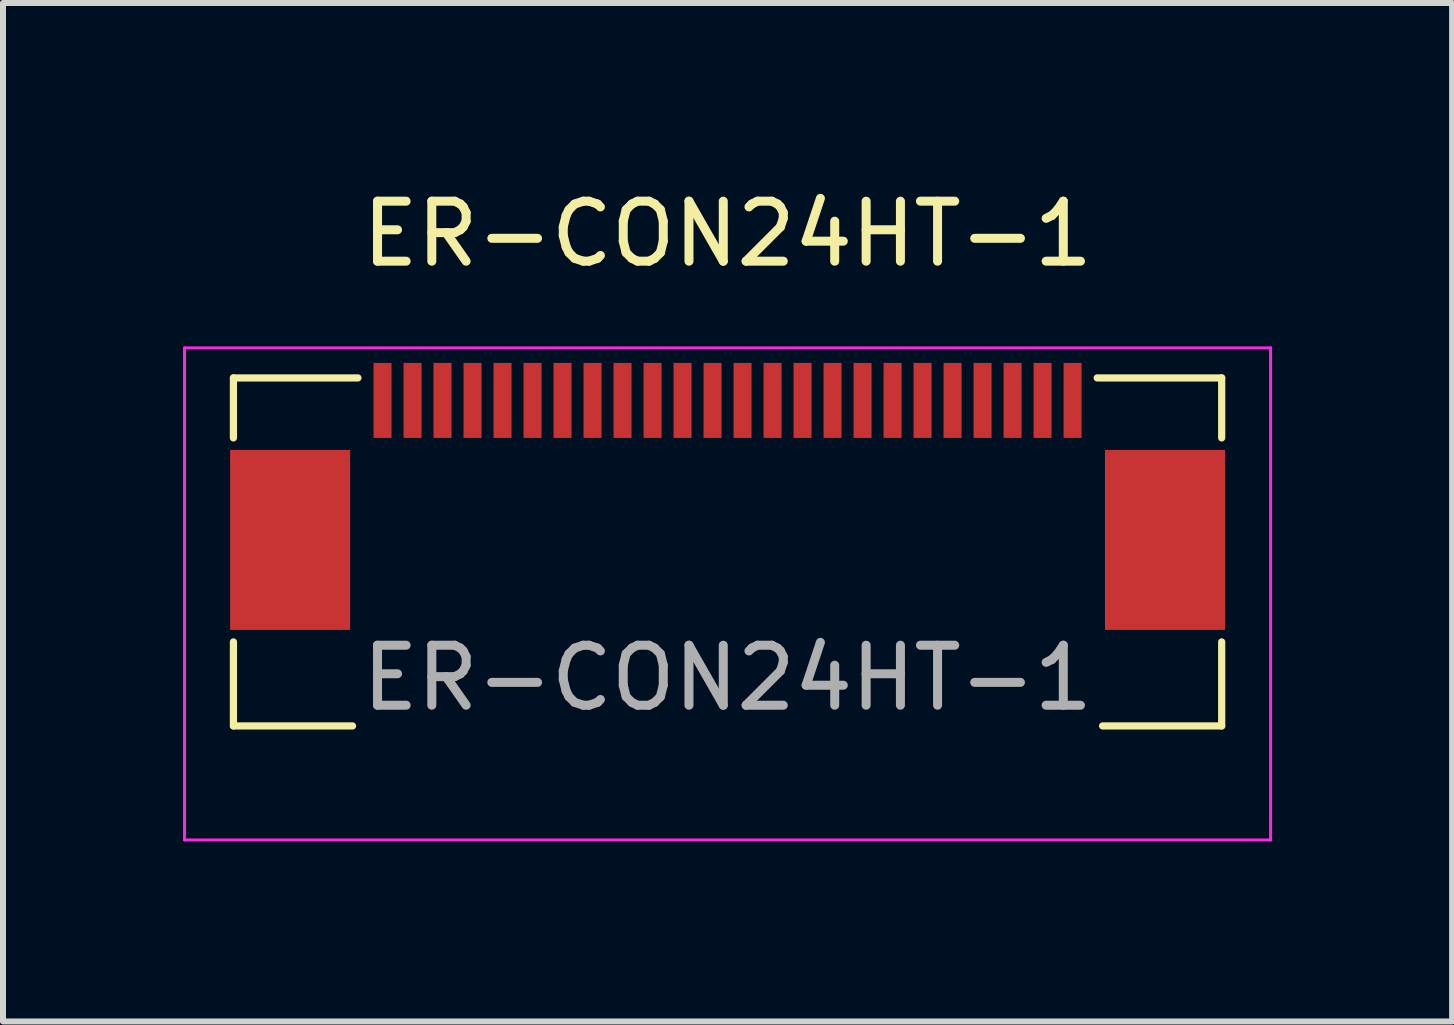
<source format=kicad_pcb>
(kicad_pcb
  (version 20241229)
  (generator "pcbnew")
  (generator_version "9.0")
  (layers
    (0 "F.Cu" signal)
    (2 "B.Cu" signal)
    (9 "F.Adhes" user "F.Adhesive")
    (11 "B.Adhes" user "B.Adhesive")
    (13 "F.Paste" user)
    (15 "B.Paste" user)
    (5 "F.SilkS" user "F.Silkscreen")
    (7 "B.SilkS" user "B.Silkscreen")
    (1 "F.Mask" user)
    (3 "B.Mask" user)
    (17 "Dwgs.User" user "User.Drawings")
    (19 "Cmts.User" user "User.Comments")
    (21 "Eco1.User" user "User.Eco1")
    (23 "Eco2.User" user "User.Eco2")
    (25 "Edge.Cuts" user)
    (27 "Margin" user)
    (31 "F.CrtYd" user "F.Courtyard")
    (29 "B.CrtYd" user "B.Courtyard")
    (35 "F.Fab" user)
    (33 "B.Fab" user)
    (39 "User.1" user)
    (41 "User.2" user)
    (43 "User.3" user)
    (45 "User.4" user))
  (footprint "ER-CON24HT-1"
    (layer "F.Cu")
    (at 9.075 5.948)
    (property "Reference" "ER-CON24HT-1" (at 0 -5.1 0) (layer "F.SilkS") (effects (font (size 1 1) (thickness 0.15))))
    (attr smd)
    (fp_line (start -8.235 -2.7) (end -8.235 -1.7) (stroke (width 0.12) (type solid)) (layer "F.SilkS"))
    (fp_line (start -8.235 1.7) (end -8.235 3.1) (stroke (width 0.12) (type solid)) (layer "F.SilkS"))
    (fp_line (start -8.235 3.1) (end -6.25 3.1) (stroke (width 0.12) (type solid)) (layer "F.SilkS"))
    (fp_line (start -6.16 -2.7) (end -8.235 -2.7) (stroke (width 0.12) (type solid)) (layer "F.SilkS"))
    (fp_line (start 6.16 -2.7) (end 8.235 -2.7) (stroke (width 0.12) (type solid)) (layer "F.SilkS"))
    (fp_line (start 6.25 3.1) (end 8.235 3.1) (stroke (width 0.12) (type solid)) (layer "F.SilkS"))
    (fp_line (start 8.235 -2.7) (end 8.235 -1.7) (stroke (width 0.12) (type solid)) (layer "F.SilkS"))
    (fp_line (start 8.235 3.1) (end 8.235 1.7) (stroke (width 0.12) (type solid)) (layer "F.SilkS"))
    (fp_line (start -9.05 -3.2) (end -9.05 5) (stroke (width 0.05) (type solid)) (layer "F.CrtYd"))
    (fp_line (start -9.05 5) (end 9.05 5) (stroke (width 0.05) (type solid)) (layer "F.CrtYd"))
    (fp_line (start 9.05 -3.2) (end -9.05 -3.2) (stroke (width 0.05) (type solid)) (layer "F.CrtYd"))
    (fp_line (start 9.05 5) (end 9.05 -3.2) (stroke (width 0.05) (type solid)) (layer "F.CrtYd"))
    (fp_text user "${REFERENCE}" (at 0 2.3 0) (layer "F.Fab") (effects (font (size 1 1) (thickness 0.15))))
    (pad "1" smd rect (at 5.75 -2.325) (size 0.3 1.25) (layers "F.Cu" "F.Mask" "F.Paste"))
    (pad "2" smd rect (at 5.25 -2.325) (size 0.3 1.25) (layers "F.Cu" "F.Mask" "F.Paste"))
    (pad "3" smd rect (at 4.75 -2.325) (size 0.3 1.25) (layers "F.Cu" "F.Mask" "F.Paste"))
    (pad "4" smd rect (at 4.25 -2.325) (size 0.3 1.25) (layers "F.Cu" "F.Mask" "F.Paste"))
    (pad "5" smd rect (at 3.75 -2.325) (size 0.3 1.25) (layers "F.Cu" "F.Mask" "F.Paste"))
    (pad "6" smd rect (at 3.25 -2.325) (size 0.3 1.25) (layers "F.Cu" "F.Mask" "F.Paste"))
    (pad "7" smd rect (at 2.75 -2.325) (size 0.3 1.25) (layers "F.Cu" "F.Mask" "F.Paste"))
    (pad "8" smd rect (at 2.25 -2.325) (size 0.3 1.25) (layers "F.Cu" "F.Mask" "F.Paste"))
    (pad "9" smd rect (at 1.75 -2.325) (size 0.3 1.25) (layers "F.Cu" "F.Mask" "F.Paste"))
    (pad "10" smd rect (at 1.25 -2.325) (size 0.3 1.25) (layers "F.Cu" "F.Mask" "F.Paste"))
    (pad "11" smd rect (at 0.75 -2.325) (size 0.3 1.25) (layers "F.Cu" "F.Mask" "F.Paste"))
    (pad "12" smd rect (at 0.25 -2.325) (size 0.3 1.25) (layers "F.Cu" "F.Mask" "F.Paste"))
    (pad "13" smd rect (at -0.25 -2.325) (size 0.3 1.25) (layers "F.Cu" "F.Mask" "F.Paste"))
    (pad "14" smd rect (at -0.75 -2.325) (size 0.3 1.25) (layers "F.Cu" "F.Mask" "F.Paste"))
    (pad "15" smd rect (at -1.25 -2.325) (size 0.3 1.25) (layers "F.Cu" "F.Mask" "F.Paste"))
    (pad "16" smd rect (at -1.75 -2.325) (size 0.3 1.25) (layers "F.Cu" "F.Mask" "F.Paste"))
    (pad "17" smd rect (at -2.25 -2.325) (size 0.3 1.25) (layers "F.Cu" "F.Mask" "F.Paste"))
    (pad "18" smd rect (at -2.75 -2.325) (size 0.3 1.25) (layers "F.Cu" "F.Mask" "F.Paste"))
    (pad "19" smd rect (at -3.25 -2.325) (size 0.3 1.25) (layers "F.Cu" "F.Mask" "F.Paste"))
    (pad "20" smd rect (at -3.75 -2.325) (size 0.3 1.25) (layers "F.Cu" "F.Mask" "F.Paste"))
    (pad "21" smd rect (at -4.25 -2.325) (size 0.3 1.25) (layers "F.Cu" "F.Mask" "F.Paste"))
    (pad "22" smd rect (at -4.75 -2.325) (size 0.3 1.25) (layers "F.Cu" "F.Mask" "F.Paste"))
    (pad "23" smd rect (at -5.25 -2.325) (size 0.3 1.25) (layers "F.Cu" "F.Mask" "F.Paste"))
    (pad "24" smd rect (at -5.75 -2.325) (size 0.3 1.25) (layers "F.Cu" "F.Mask" "F.Paste"))
    (pad "MP" smd rect (at -7.29 0) (size 2 3) (layers "F.Cu" "F.Mask" "F.Paste"))
    (pad "MP" smd rect (at 7.29 0) (size 2 3) (layers "F.Cu" "F.Mask" "F.Paste")))
  (gr_rect
    (start -3 -3)
    (end 21.15 13.973)
    (stroke (width 0.1) (type default))
    (fill no)
    (layer "Edge.Cuts")))
</source>
